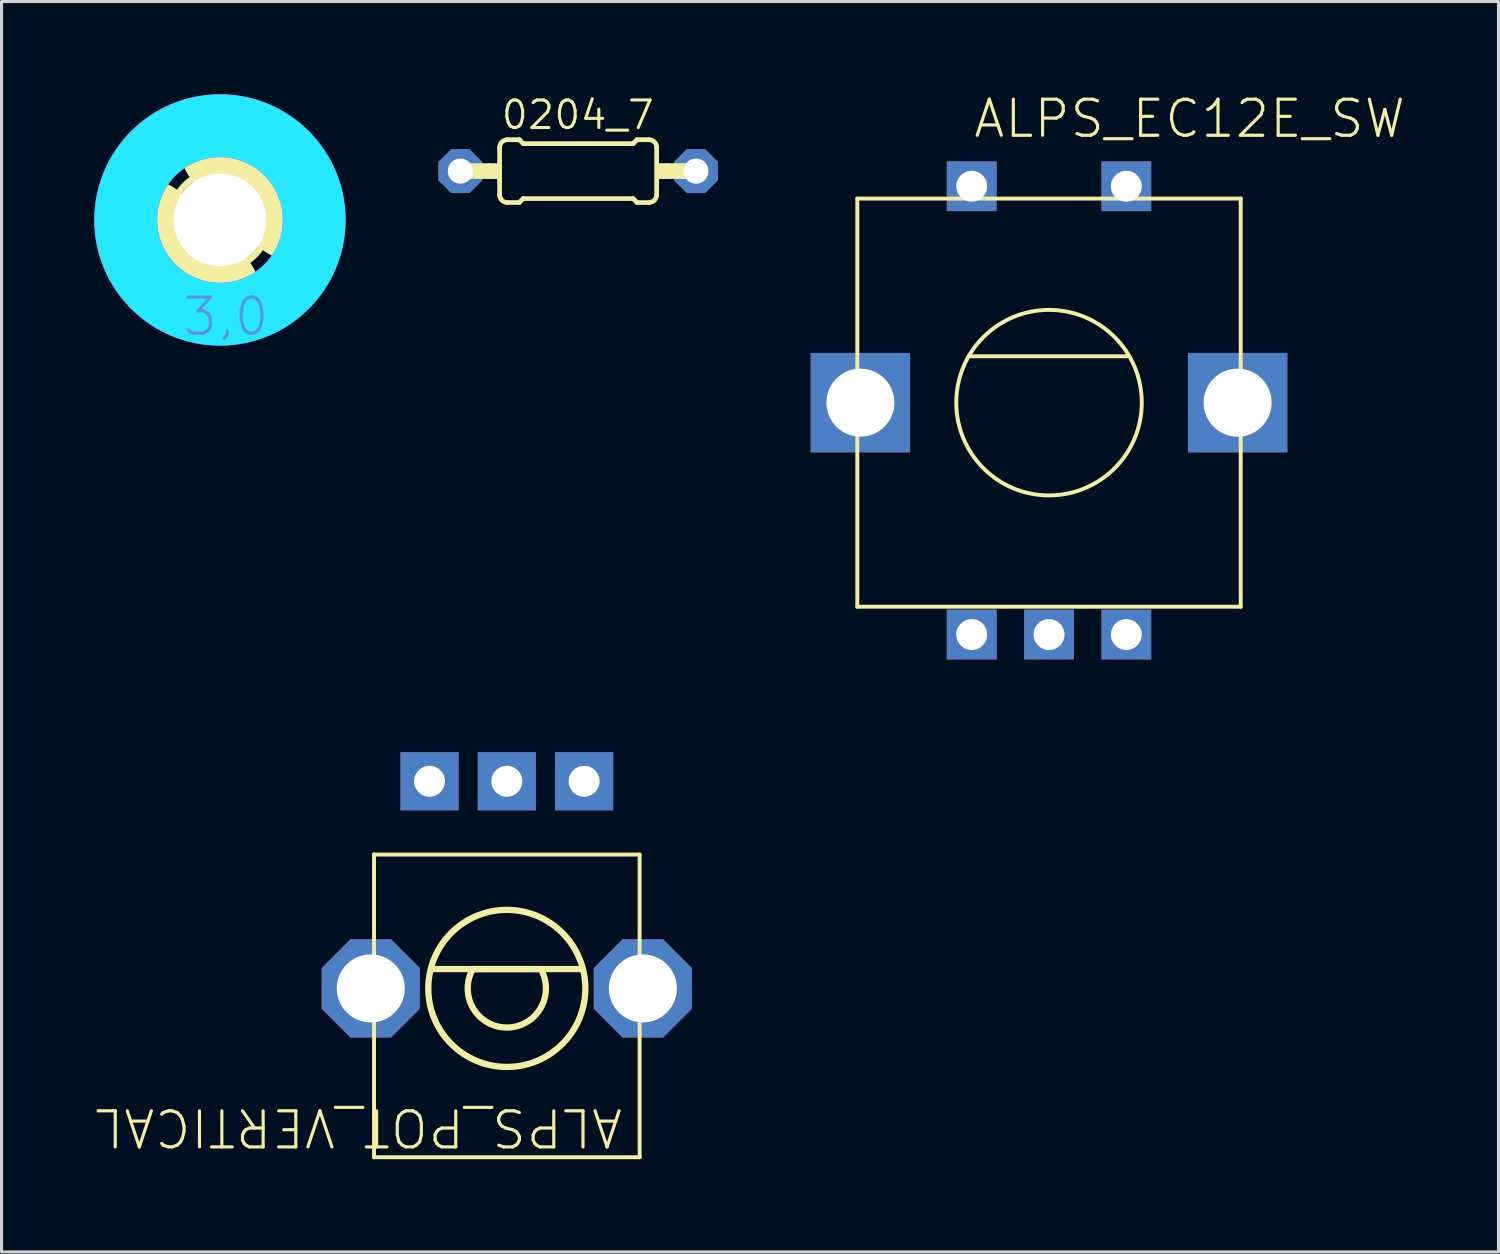
<source format=kicad_pcb>
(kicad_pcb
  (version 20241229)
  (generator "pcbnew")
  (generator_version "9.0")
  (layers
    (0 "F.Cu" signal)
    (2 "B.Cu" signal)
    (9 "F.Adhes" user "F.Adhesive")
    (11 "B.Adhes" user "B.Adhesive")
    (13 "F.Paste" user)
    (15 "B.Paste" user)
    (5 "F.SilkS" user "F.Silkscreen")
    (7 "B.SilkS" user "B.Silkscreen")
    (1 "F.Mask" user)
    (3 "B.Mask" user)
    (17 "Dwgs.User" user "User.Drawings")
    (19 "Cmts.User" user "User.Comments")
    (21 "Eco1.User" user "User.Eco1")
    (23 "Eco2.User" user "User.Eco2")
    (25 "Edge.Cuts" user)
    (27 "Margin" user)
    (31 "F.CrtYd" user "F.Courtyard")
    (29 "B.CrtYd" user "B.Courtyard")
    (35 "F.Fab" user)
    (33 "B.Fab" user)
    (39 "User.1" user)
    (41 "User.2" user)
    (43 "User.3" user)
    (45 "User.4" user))
  (footprint "3,0"
    (layer "F.Cu")
    (at 4.064 4.064)
    (property "Reference" "3,0" (at 0 0 0) (layer "F.SilkS") (effects (font (size 1.27 1.27) (thickness 0.15))))
    (fp_arc (start 0 -2.159) (mid 1.526644 -1.526644) (end 2.159 0) (stroke (width 2.4892) (type solid)) (layer "F.SilkS"))
    (fp_arc (start 0 2.159) (mid -1.526644 1.526644) (end -2.159 0) (stroke (width 2.4892) (type solid)) (layer "F.SilkS"))
    (fp_circle (center 0 0) (end 0.762 0) (stroke (width 0.457) (type solid)) (fill no) (layer "F.SilkS"))
    (fp_circle (center 0 0) (end 1.6 0) (stroke (width 0.203) (type solid)) (fill no) (layer "F.SilkS"))
    (fp_circle (center 0 0) (end 3.429 0) (stroke (width 0.152) (type solid)) (fill no) (layer "F.SilkS"))
    (fp_circle (center 0 0) (end 3.048 0) (stroke (width 2.032) (type solid)) (fill no) (layer "B.CrtYd"))
    (fp_circle (center 0 0) (end 3.048 0) (stroke (width 2.032) (type solid)) (fill no) (layer "F.CrtYd"))
    (fp_text user "3,0" (at -1.27 3.81 0) (unlocked yes) (layer "Cmts.User") (effects (font (size 1.168 1.168) (thickness 0.102)) (justify left bottom)))
    (pad "" np_thru_hole circle (at 0 0) (size 3 3) (drill 3) (layers "*.Cu" "*.Mask"))
    (zone (net_name "") (layer "F.Cu") (hatch edge 0.5) (connect_pads) (min_thickness 0.25) (filled_areas_thickness no) (keepout (tracks not_allowed) (vias not_allowed) (pads not_allowed) (copperpour not_allowed) (footprints allowed)) (placement (enabled no)) (fill) (polygon (pts (xy 8.128 4.064) (xy 8.108 3.659) (xy 8.047 3.259) (xy 7.947 2.866) (xy 7.809 2.485) (xy 7.633 2.12) (xy 7.422 1.775) (xy 7.177 1.452) (xy 6.902 1.155) (xy 6.598 0.887) (xy 6.269 0.65) (xy 5.918 0.448) (xy 5.549 0.281) (xy 5.165 0.152) (xy 4.77 0.062) (xy 4.368 0.011) (xy 3.963 0.001) (xy 3.559 0.032) (xy 3.16 0.102) (xy 2.77 0.212) (xy 2.393 0.36) (xy 2.032 0.544) (xy 1.692 0.764) (xy 1.375 1.017) (xy 1.085 1.3) (xy 0.824 1.61) (xy 0.596 1.945) (xy 0.402 2.301) (xy 0.245 2.674) (xy 0.126 3.061) (xy 0.045 3.458) (xy 0.005 3.861) (xy 0.005 4.267) (xy 0.045 4.67) (xy 0.126 5.067) (xy 0.245 5.454) (xy 0.402 5.827) (xy 0.596 6.183) (xy 0.824 6.518) (xy 1.085 6.828) (xy 1.375 7.111) (xy 1.692 7.364) (xy 2.032 7.584) (xy 2.393 7.768) (xy 2.77 7.916) (xy 3.16 8.026) (xy 3.559 8.096) (xy 3.963 8.127) (xy 4.368 8.117) (xy 4.77 8.066) (xy 5.165 7.976) (xy 5.549 7.847) (xy 5.918 7.68) (xy 6.269 7.478) (xy 6.598 7.241) (xy 6.902 6.973) (xy 7.177 6.676) (xy 7.422 6.353) (xy 7.633 6.008) (xy 7.809 5.643) (xy 7.947 5.262) (xy 8.047 4.869) (xy 8.108 4.469))) (polygon (pts (xy 6.096 4.064) (xy 6.076 3.781) (xy 6.017 3.504) (xy 5.92 3.238) (xy 5.787 2.987) (xy 5.621 2.758) (xy 5.424 2.554) (xy 5.2 2.379) (xy 4.955 2.238) (xy 4.692 2.131) (xy 4.417 2.063) (xy 4.135 2.033) (xy 3.852 2.043) (xy 3.572 2.092) (xy 3.303 2.18) (xy 3.048 2.304) (xy 2.813 2.463) (xy 2.602 2.652) (xy 2.42 2.87) (xy 2.27 3.11) (xy 2.155 3.369) (xy 2.076 3.642) (xy 2.037 3.922) (xy 2.037 4.206) (xy 2.076 4.486) (xy 2.155 4.759) (xy 2.27 5.018) (xy 2.42 5.258) (xy 2.602 5.476) (xy 2.813 5.665) (xy 3.048 5.824) (xy 3.303 5.948) (xy 3.572 6.036) (xy 3.852 6.085) (xy 4.135 6.095) (xy 4.417 6.065) (xy 4.692 5.997) (xy 4.955 5.89) (xy 5.2 5.749) (xy 5.424 5.574) (xy 5.621 5.37) (xy 5.787 5.141) (xy 5.92 4.89) (xy 6.017 4.624) (xy 6.076 4.347))))
    (zone (net_name "") (layers "F.Cu" "B.Cu") (hatch edge 0.5) (connect_pads) (min_thickness 0.25) (filled_areas_thickness no) (keepout (tracks allowed) (vias not_allowed) (pads allowed) (copperpour allowed) (footprints allowed)) (placement (enabled no)) (fill) (polygon (pts (xy 8.128 4.064) (xy 8.108 3.659) (xy 8.047 3.259) (xy 7.947 2.866) (xy 7.809 2.485) (xy 7.633 2.12) (xy 7.422 1.775) (xy 7.177 1.452) (xy 6.902 1.155) (xy 6.598 0.887) (xy 6.269 0.65) (xy 5.918 0.448) (xy 5.549 0.281) (xy 5.165 0.152) (xy 4.77 0.062) (xy 4.368 0.011) (xy 3.963 0.001) (xy 3.559 0.032) (xy 3.16 0.102) (xy 2.77 0.212) (xy 2.393 0.36) (xy 2.032 0.544) (xy 1.692 0.764) (xy 1.375 1.017) (xy 1.085 1.3) (xy 0.824 1.61) (xy 0.596 1.945) (xy 0.402 2.301) (xy 0.245 2.674) (xy 0.126 3.061) (xy 0.045 3.458) (xy 0.005 3.861) (xy 0.005 4.267) (xy 0.045 4.67) (xy 0.126 5.067) (xy 0.245 5.454) (xy 0.402 5.827) (xy 0.596 6.183) (xy 0.824 6.518) (xy 1.085 6.828) (xy 1.375 7.111) (xy 1.692 7.364) (xy 2.032 7.584) (xy 2.393 7.768) (xy 2.77 7.916) (xy 3.16 8.026) (xy 3.559 8.096) (xy 3.963 8.127) (xy 4.368 8.117) (xy 4.77 8.066) (xy 5.165 7.976) (xy 5.549 7.847) (xy 5.918 7.68) (xy 6.269 7.478) (xy 6.598 7.241) (xy 6.902 6.973) (xy 7.177 6.676) (xy 7.422 6.353) (xy 7.633 6.008) (xy 7.809 5.643) (xy 7.947 5.262) (xy 8.047 4.869) (xy 8.108 4.469))) (polygon (pts (xy 6.096 4.064) (xy 6.076 3.781) (xy 6.017 3.504) (xy 5.92 3.238) (xy 5.787 2.987) (xy 5.621 2.758) (xy 5.424 2.554) (xy 5.2 2.379) (xy 4.955 2.238) (xy 4.692 2.131) (xy 4.417 2.063) (xy 4.135 2.033) (xy 3.852 2.043) (xy 3.572 2.092) (xy 3.303 2.18) (xy 3.048 2.304) (xy 2.813 2.463) (xy 2.602 2.652) (xy 2.42 2.87) (xy 2.27 3.11) (xy 2.155 3.369) (xy 2.076 3.642) (xy 2.037 3.922) (xy 2.037 4.206) (xy 2.076 4.486) (xy 2.155 4.759) (xy 2.27 5.018) (xy 2.42 5.258) (xy 2.602 5.476) (xy 2.813 5.665) (xy 3.048 5.824) (xy 3.303 5.948) (xy 3.572 6.036) (xy 3.852 6.085) (xy 4.135 6.095) (xy 4.417 6.065) (xy 4.692 5.997) (xy 4.955 5.89) (xy 5.2 5.749) (xy 5.424 5.574) (xy 5.621 5.37) (xy 5.787 5.141) (xy 5.92 4.89) (xy 6.017 4.624) (xy 6.076 4.347))))
    (zone (net_name "") (layer "B.Cu") (hatch edge 0.5) (connect_pads) (min_thickness 0.25) (filled_areas_thickness no) (keepout (tracks not_allowed) (vias not_allowed) (pads not_allowed) (copperpour not_allowed) (footprints allowed)) (placement (enabled no)) (fill) (polygon (pts (xy 8.128 4.064) (xy 8.108 3.659) (xy 8.047 3.259) (xy 7.947 2.866) (xy 7.809 2.485) (xy 7.633 2.12) (xy 7.422 1.775) (xy 7.177 1.452) (xy 6.902 1.155) (xy 6.598 0.887) (xy 6.269 0.65) (xy 5.918 0.448) (xy 5.549 0.281) (xy 5.165 0.152) (xy 4.77 0.062) (xy 4.368 0.011) (xy 3.963 0.001) (xy 3.559 0.032) (xy 3.16 0.102) (xy 2.77 0.212) (xy 2.393 0.36) (xy 2.032 0.544) (xy 1.692 0.764) (xy 1.375 1.017) (xy 1.085 1.3) (xy 0.824 1.61) (xy 0.596 1.945) (xy 0.402 2.301) (xy 0.245 2.674) (xy 0.126 3.061) (xy 0.045 3.458) (xy 0.005 3.861) (xy 0.005 4.267) (xy 0.045 4.67) (xy 0.126 5.067) (xy 0.245 5.454) (xy 0.402 5.827) (xy 0.596 6.183) (xy 0.824 6.518) (xy 1.085 6.828) (xy 1.375 7.111) (xy 1.692 7.364) (xy 2.032 7.584) (xy 2.393 7.768) (xy 2.77 7.916) (xy 3.16 8.026) (xy 3.559 8.096) (xy 3.963 8.127) (xy 4.368 8.117) (xy 4.77 8.066) (xy 5.165 7.976) (xy 5.549 7.847) (xy 5.918 7.68) (xy 6.269 7.478) (xy 6.598 7.241) (xy 6.902 6.973) (xy 7.177 6.676) (xy 7.422 6.353) (xy 7.633 6.008) (xy 7.809 5.643) (xy 7.947 5.262) (xy 8.047 4.869) (xy 8.108 4.469))) (polygon (pts (xy 6.096 4.064) (xy 6.076 3.781) (xy 6.017 3.504) (xy 5.92 3.238) (xy 5.787 2.987) (xy 5.621 2.758) (xy 5.424 2.554) (xy 5.2 2.379) (xy 4.955 2.238) (xy 4.692 2.131) (xy 4.417 2.063) (xy 4.135 2.033) (xy 3.852 2.043) (xy 3.572 2.092) (xy 3.303 2.18) (xy 3.048 2.304) (xy 2.813 2.463) (xy 2.602 2.652) (xy 2.42 2.87) (xy 2.27 3.11) (xy 2.155 3.369) (xy 2.076 3.642) (xy 2.037 3.922) (xy 2.037 4.206) (xy 2.076 4.486) (xy 2.155 4.759) (xy 2.27 5.018) (xy 2.42 5.258) (xy 2.602 5.476) (xy 2.813 5.665) (xy 3.048 5.824) (xy 3.303 5.948) (xy 3.572 6.036) (xy 3.852 6.085) (xy 4.135 6.095) (xy 4.417 6.065) (xy 4.692 5.997) (xy 4.955 5.89) (xy 5.2 5.749) (xy 5.424 5.574) (xy 5.621 5.37) (xy 5.787 5.141) (xy 5.92 4.89) (xy 6.017 4.624) (xy 6.076 4.347)))))
  (footprint "ALPS_EC12E_SW"
    (layer "F.Cu")
    (at 30.878 9.973)
    (property "Reference" "ALPS_EC12E_SW" (at -2.5 -8.5 0) (unlocked yes) (layer "F.SilkS") (effects (font (size 1.168 1.168) (thickness 0.102)) (justify left bottom)))
    (fp_line (start -6.2 -6.6) (end -6.2 6.6) (stroke (width 0.127) (type solid)) (layer "F.SilkS"))
    (fp_line (start -6.2 6.6) (end 6.2 6.6) (stroke (width 0.127) (type solid)) (layer "F.SilkS"))
    (fp_line (start -2.6 -1.5) (end 2.6 -1.5) (stroke (width 0.127) (type solid)) (layer "F.SilkS"))
    (fp_line (start 6.2 -6.6) (end -6.2 -6.6) (stroke (width 0.127) (type solid)) (layer "F.SilkS"))
    (fp_line (start 6.2 6.6) (end 6.2 -6.6) (stroke (width 0.127) (type solid)) (layer "F.SilkS"))
    (fp_circle (center 0 0) (end 3 0) (stroke (width 0.127) (type solid)) (fill no) (layer "F.SilkS"))
    (pad "A" thru_hole rect (at -2.5 7.5) (size 1.61 1.61) (drill 1) (layers "*.Cu" "*.Mask"))
    (pad "B" thru_hole rect (at 2.5 7.5) (size 1.61 1.61) (drill 1) (layers "*.Cu" "*.Mask"))
    (pad "C" thru_hole rect (at 0 7.5) (size 1.61 1.61) (drill 1) (layers "*.Cu" "*.Mask"))
    (pad "D" thru_hole rect (at -2.5 -7) (size 1.61 1.61) (drill 1) (layers "*.Cu" "*.Mask"))
    (pad "E" thru_hole rect (at 2.5 -7) (size 1.61 1.61) (drill 1) (layers "*.Cu" "*.Mask"))
    (pad "GND1" thru_hole rect (at -6.1 0) (size 3.216 3.216) (drill 2.2) (layers "*.Cu" "*.Mask"))
    (pad "GND2" thru_hole rect (at 6.1 0) (size 3.216 3.216) (drill 2.2) (layers "*.Cu" "*.Mask")))
  (footprint "ALPS_POT_VERTICAL"
    (layer "F.Cu")
    (at 13.342 28.918)
    (property "Reference" "ALPS_POT_VERTICAL" (at 3.81 3.81 180) (unlocked yes) (layer "F.SilkS") (effects (font (size 1.168 1.168) (thickness 0.102)) (justify left bottom)))
    (fp_line (start -4.295 -4.33) (end 4.295 -4.33) (stroke (width 0.127) (type solid)) (layer "F.SilkS"))
    (fp_line (start -4.295 5.46) (end -4.295 -4.33) (stroke (width 0.127) (type solid)) (layer "F.SilkS"))
    (fp_line (start -2.45 -0.625) (end 2.425 -0.625) (stroke (width 0.203) (type solid)) (layer "F.SilkS"))
    (fp_line (start -1.1 -0.625) (end 1.1 -0.625) (stroke (width 0.203) (type solid)) (layer "F.SilkS"))
    (fp_line (start 4.295 -4.33) (end 4.295 5.46) (stroke (width 0.127) (type solid)) (layer "F.SilkS"))
    (fp_line (start 4.295 5.46) (end -4.295 5.46) (stroke (width 0.127) (type solid)) (layer "F.SilkS"))
    (fp_arc (start 1.1 -0.625) (mid 0 1.265158) (end -1.1 -0.625) (stroke (width 0.2032) (type solid)) (layer "F.SilkS"))
    (fp_circle (center 0 0) (end 2.54 0) (stroke (width 0.203) (type solid)) (fill no) (layer "F.SilkS"))
    (pad "P$1" thru_hole rect (at -2.5 -6.7 270) (size 1.88 1.88) (drill 1) (layers "*.Cu" "*.Mask"))
    (pad "P$2" thru_hole rect (at 0 -6.7 270) (size 1.88 1.88) (drill 1) (layers "*.Cu" "*.Mask"))
    (pad "P$3" thru_hole rect (at 2.5 -6.7 270) (size 1.88 1.88) (drill 1) (layers "*.Cu" "*.Mask"))
    (pad "P$4" thru_hole roundrect (at -4.4 0 270) (size 3.175 3.175) (drill 2.2) (layers "*.Cu" "*.Mask") (roundrect_rratio 0.25) (chamfer_ratio 0.293) (chamfer top_left top_right bottom_left bottom_right))
    (pad "P$5" thru_hole roundrect (at 4.4 0 270) (size 3.175 3.175) (drill 2.2) (layers "*.Cu" "*.Mask") (roundrect_rratio 0.25) (chamfer_ratio 0.293) (chamfer top_left top_right bottom_left bottom_right)))
  (footprint "0204_7"
    (layer "F.Cu")
    (at 15.649 2.484)
    (property "Reference" "0204_7" (at -2.54 -1.295 0) (unlocked yes) (layer "F.SilkS") (effects (font (size 0.892 0.892) (thickness 0.099)) (justify left bottom)))
    (fp_line (start -3.81 0) (end -2.921 0) (stroke (width 0.508) (type solid)) (layer "F.SilkS"))
    (fp_line (start -2.54 0.762) (end -2.54 -0.762) (stroke (width 0.152) (type solid)) (layer "F.SilkS"))
    (fp_line (start -2.286 -1.016) (end -1.905 -1.016) (stroke (width 0.152) (type solid)) (layer "F.SilkS"))
    (fp_line (start -2.286 1.016) (end -1.905 1.016) (stroke (width 0.152) (type solid)) (layer "F.SilkS"))
    (fp_line (start -1.778 -0.889) (end -1.905 -1.016) (stroke (width 0.152) (type solid)) (layer "F.SilkS"))
    (fp_line (start -1.778 0.889) (end -1.905 1.016) (stroke (width 0.152) (type solid)) (layer "F.SilkS"))
    (fp_line (start 1.778 -0.889) (end -1.778 -0.889) (stroke (width 0.152) (type solid)) (layer "F.SilkS"))
    (fp_line (start 1.778 -0.889) (end 1.905 -1.016) (stroke (width 0.152) (type solid)) (layer "F.SilkS"))
    (fp_line (start 1.778 0.889) (end -1.778 0.889) (stroke (width 0.152) (type solid)) (layer "F.SilkS"))
    (fp_line (start 1.778 0.889) (end 1.905 1.016) (stroke (width 0.152) (type solid)) (layer "F.SilkS"))
    (fp_line (start 2.286 -1.016) (end 1.905 -1.016) (stroke (width 0.152) (type solid)) (layer "F.SilkS"))
    (fp_line (start 2.286 1.016) (end 1.905 1.016) (stroke (width 0.152) (type solid)) (layer "F.SilkS"))
    (fp_line (start 2.54 0.762) (end 2.54 -0.762) (stroke (width 0.152) (type solid)) (layer "F.SilkS"))
    (fp_line (start 3.81 0) (end 2.921 0) (stroke (width 0.508) (type solid)) (layer "F.SilkS"))
    (fp_arc (start -2.54 -0.762) (mid -2.465605 -0.941605) (end -2.286 -1.016) (stroke (width 0.1524) (type solid)) (layer "F.SilkS"))
    (fp_arc (start -2.286 1.016) (mid -2.465605 0.941605) (end -2.54 0.762) (stroke (width 0.1524) (type solid)) (layer "F.SilkS"))
    (fp_arc (start 2.286 -1.016) (mid 2.465605 -0.941605) (end 2.54 -0.762) (stroke (width 0.1524) (type solid)) (layer "F.SilkS"))
    (fp_arc (start 2.54 0.762) (mid 2.465605 0.941605) (end 2.286 1.016) (stroke (width 0.1524) (type solid)) (layer "F.SilkS"))
    (fp_poly (pts (xy -2.921 0.254) (xy -2.54 0.254) (xy -2.54 -0.254) (xy -2.921 -0.254)) (stroke (width 0) (type default)) (fill yes) (layer "F.SilkS"))
    (fp_poly (pts (xy 2.54 0.254) (xy 2.921 0.254) (xy 2.921 -0.254) (xy 2.54 -0.254)) (stroke (width 0) (type default)) (fill yes) (layer "F.SilkS"))
    (pad "1" thru_hole roundrect (at -3.81 0) (size 1.422 1.422) (drill 0.813) (layers "*.Cu" "*.Mask") (roundrect_rratio 0.25) (chamfer_ratio 0.293) (chamfer top_left top_right bottom_left bottom_right))
    (pad "2" thru_hole roundrect (at 3.81 0) (size 1.422 1.422) (drill 0.813) (layers "*.Cu" "*.Mask") (roundrect_rratio 0.25) (chamfer_ratio 0.293) (chamfer top_left top_right bottom_left bottom_right)))
  (gr_rect
    (start -3 -3)
    (end 45.415 37.441)
    (stroke (width 0.1) (type default))
    (fill no)
    (layer "Edge.Cuts")))
</source>
